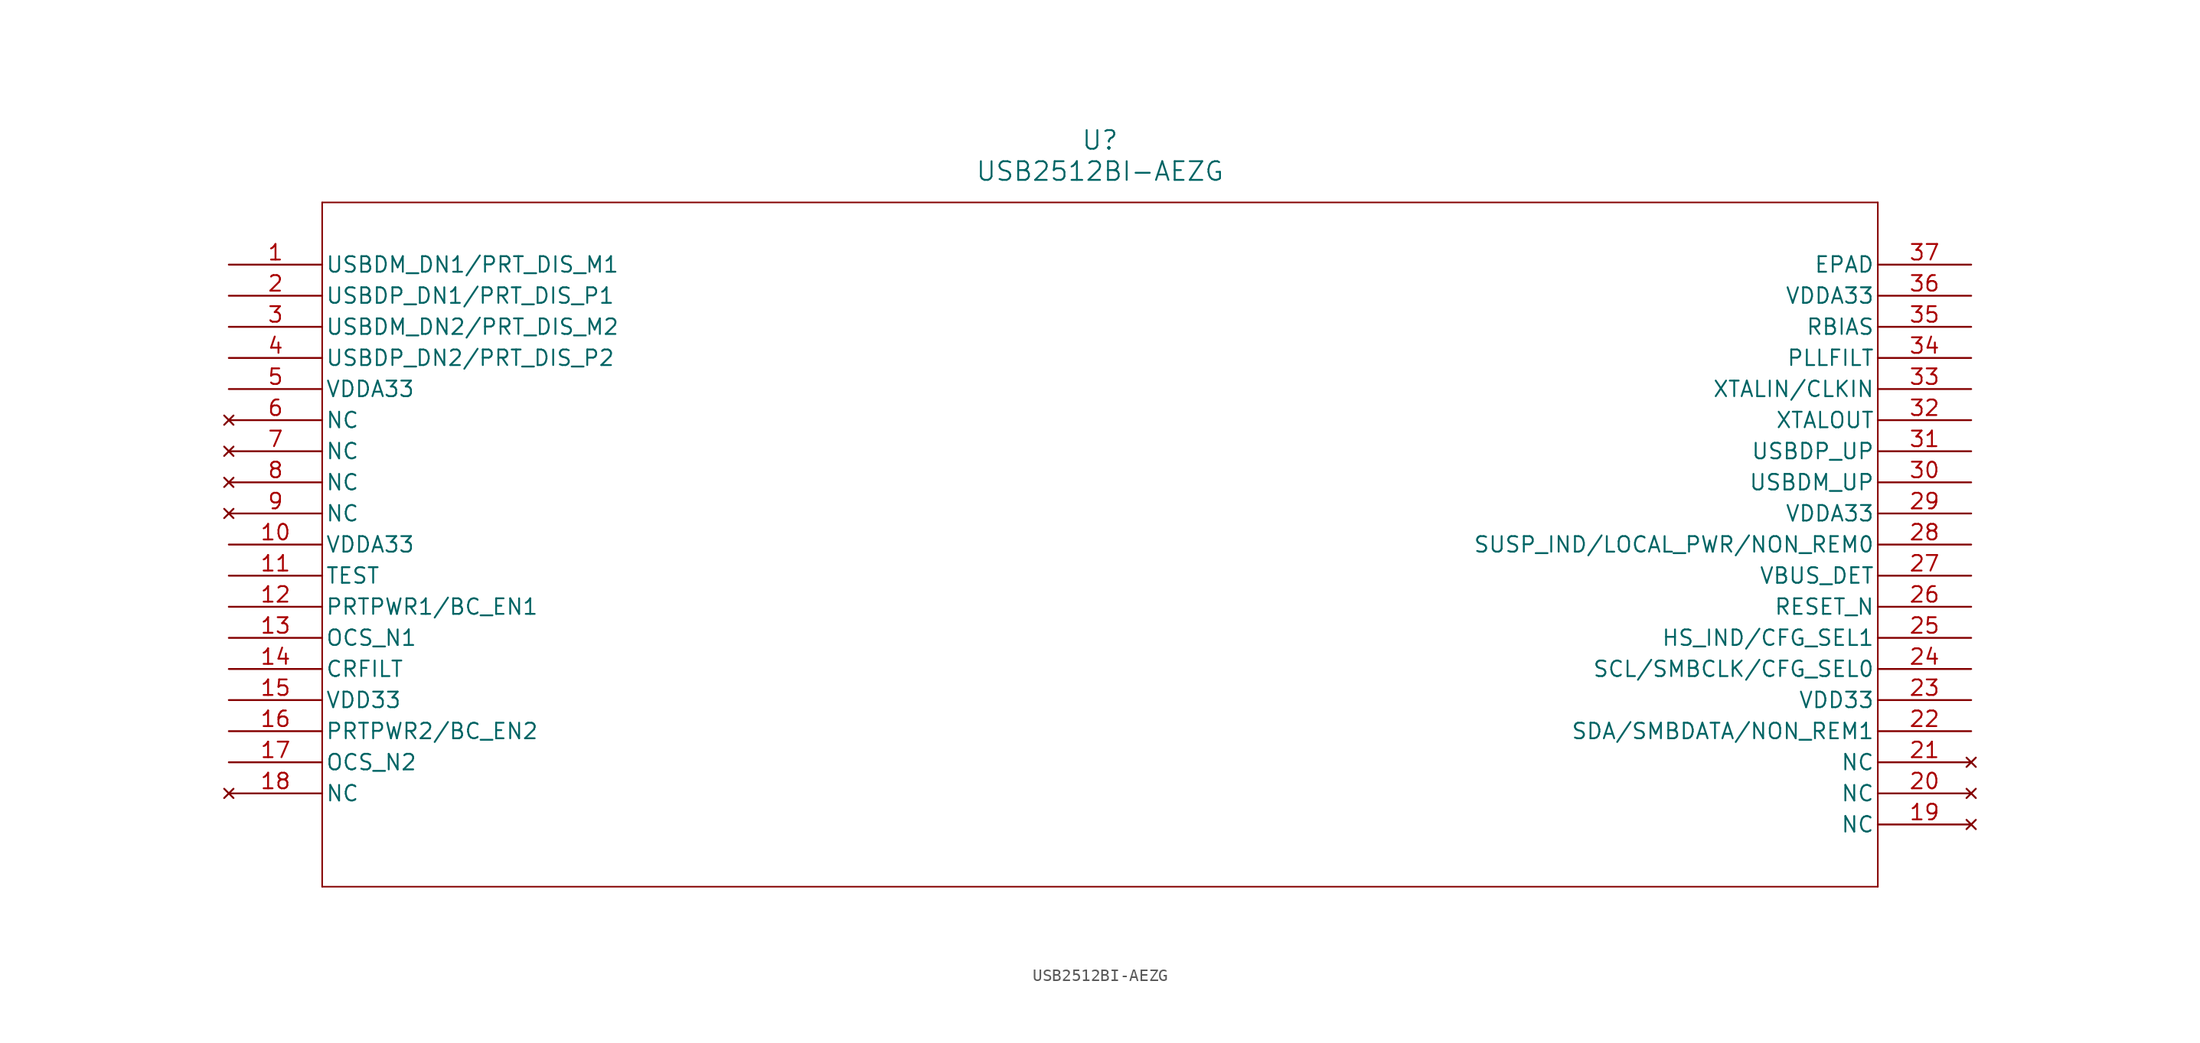
<source format=kicad_sym>
(kicad_symbol_lib
  (version 20211014)
  (generator kicad_symbol_editor)
  (symbol "USB2512BI-AEZG"
    (pin_names
      (offset 0.254))
    (property "Reference" "U"
      (at 71.12 10.16 0)
      (effects (font (size 1.524 1.524))))
    (property "Value" "USB2512BI-AEZG"
      (at 71.12 7.62 0)
      (effects (font (size 1.524 1.524))))
    (symbol "USB2512BI-AEZG_0_1"
      (polyline (pts (xy 7.62 5.08) (xy 7.62 -50.8)) (stroke (width 0.127) (type default) (color 0 0 0 0)) (fill (type none)))
      (polyline (pts (xy 7.62 -50.8) (xy 134.62 -50.8)) (stroke (width 0.127) (type default) (color 0 0 0 0)) (fill (type none)))
      (polyline (pts (xy 134.62 -50.8) (xy 134.62 5.08)) (stroke (width 0.127) (type default) (color 0 0 0 0)) (fill (type none)))
      (polyline (pts (xy 134.62 5.08) (xy 7.62 5.08)) (stroke (width 0.127) (type default) (color 0 0 0 0)) (fill (type none)))
      (pin bidirectional line (at 0 0 0) (length 7.62) (name "USBDM_DN1/PRT_DIS_M1" (effects (font (size 1.27 1.27)))) (number "1" (effects (font (size 1.27 1.27)))))
      (pin bidirectional line (at 0 -2.54 0) (length 7.62) (name "USBDP_DN1/PRT_DIS_P1" (effects (font (size 1.27 1.27)))) (number "2" (effects (font (size 1.27 1.27)))))
      (pin bidirectional line (at 0 -5.08 0) (length 7.62) (name "USBDM_DN2/PRT_DIS_M2" (effects (font (size 1.27 1.27)))) (number "3" (effects (font (size 1.27 1.27)))))
      (pin bidirectional line (at 0 -7.62 0) (length 7.62) (name "USBDP_DN2/PRT_DIS_P2" (effects (font (size 1.27 1.27)))) (number "4" (effects (font (size 1.27 1.27)))))
      (pin power_in line (at 0 -10.16 0) (length 7.62) (name "VDDA33" (effects (font (size 1.27 1.27)))) (number "5" (effects (font (size 1.27 1.27)))))
      (pin no_connect line (at 0 -12.7 0) (length 7.62) (name "NC" (effects (font (size 1.27 1.27)))) (number "6" (effects (font (size 1.27 1.27)))))
      (pin no_connect line (at 0 -15.24 0) (length 7.62) (name "NC" (effects (font (size 1.27 1.27)))) (number "7" (effects (font (size 1.27 1.27)))))
      (pin no_connect line (at 0 -17.78 0) (length 7.62) (name "NC" (effects (font (size 1.27 1.27)))) (number "8" (effects (font (size 1.27 1.27)))))
      (pin no_connect line (at 0 -20.32 0) (length 7.62) (name "NC" (effects (font (size 1.27 1.27)))) (number "9" (effects (font (size 1.27 1.27)))))
      (pin power_in line (at 0 -22.86 0) (length 7.62) (name "VDDA33" (effects (font (size 1.27 1.27)))) (number "10" (effects (font (size 1.27 1.27)))))
      (pin bidirectional line (at 0 -25.4 0) (length 7.62) (name "TEST" (effects (font (size 1.27 1.27)))) (number "11" (effects (font (size 1.27 1.27)))))
      (pin bidirectional line (at 0 -27.94 0) (length 7.62) (name "PRTPWR1/BC_EN1" (effects (font (size 1.27 1.27)))) (number "12" (effects (font (size 1.27 1.27)))))
      (pin bidirectional line (at 0 -30.48 0) (length 7.62) (name "OCS_N1" (effects (font (size 1.27 1.27)))) (number "13" (effects (font (size 1.27 1.27)))))
      (pin bidirectional line (at 0 -33.02 0) (length 7.62) (name "CRFILT" (effects (font (size 1.27 1.27)))) (number "14" (effects (font (size 1.27 1.27)))))
      (pin power_in line (at 0 -35.56 0) (length 7.62) (name "VDD33" (effects (font (size 1.27 1.27)))) (number "15" (effects (font (size 1.27 1.27)))))
      (pin bidirectional line (at 0 -38.1 0) (length 7.62) (name "PRTPWR2/BC_EN2" (effects (font (size 1.27 1.27)))) (number "16" (effects (font (size 1.27 1.27)))))
      (pin bidirectional line (at 0 -40.64 0) (length 7.62) (name "OCS_N2" (effects (font (size 1.27 1.27)))) (number "17" (effects (font (size 1.27 1.27)))))
      (pin no_connect line (at 0 -43.18 0) (length 7.62) (name "NC" (effects (font (size 1.27 1.27)))) (number "18" (effects (font (size 1.27 1.27)))))
      (pin no_connect line (at 142.24 -45.72 180) (length 7.62) (name "NC" (effects (font (size 1.27 1.27)))) (number "19" (effects (font (size 1.27 1.27)))))
      (pin no_connect line (at 142.24 -43.18 180) (length 7.62) (name "NC" (effects (font (size 1.27 1.27)))) (number "20" (effects (font (size 1.27 1.27)))))
      (pin no_connect line (at 142.24 -40.64 180) (length 7.62) (name "NC" (effects (font (size 1.27 1.27)))) (number "21" (effects (font (size 1.27 1.27)))))
      (pin bidirectional line (at 142.24 -38.1 180) (length 7.62) (name "SDA/SMBDATA/NON_REM1" (effects (font (size 1.27 1.27)))) (number "22" (effects (font (size 1.27 1.27)))))
      (pin power_in line (at 142.24 -35.56 180) (length 7.62) (name "VDD33" (effects (font (size 1.27 1.27)))) (number "23" (effects (font (size 1.27 1.27)))))
      (pin bidirectional line (at 142.24 -33.02 180) (length 7.62) (name "SCL/SMBCLK/CFG_SEL0" (effects (font (size 1.27 1.27)))) (number "24" (effects (font (size 1.27 1.27)))))
      (pin bidirectional line (at 142.24 -30.48 180) (length 7.62) (name "HS_IND/CFG_SEL1" (effects (font (size 1.27 1.27)))) (number "25" (effects (font (size 1.27 1.27)))))
      (pin bidirectional line (at 142.24 -27.94 180) (length 7.62) (name "RESET_N" (effects (font (size 1.27 1.27)))) (number "26" (effects (font (size 1.27 1.27)))))
      (pin bidirectional line (at 142.24 -25.4 180) (length 7.62) (name "VBUS_DET" (effects (font (size 1.27 1.27)))) (number "27" (effects (font (size 1.27 1.27)))))
      (pin bidirectional line (at 142.24 -22.86 180) (length 7.62) (name "SUSP_IND/LOCAL_PWR/NON_REM0" (effects (font (size 1.27 1.27)))) (number "28" (effects (font (size 1.27 1.27)))))
      (pin power_in line (at 142.24 -20.32 180) (length 7.62) (name "VDDA33" (effects (font (size 1.27 1.27)))) (number "29" (effects (font (size 1.27 1.27)))))
      (pin bidirectional line (at 142.24 -17.78 180) (length 7.62) (name "USBDM_UP" (effects (font (size 1.27 1.27)))) (number "30" (effects (font (size 1.27 1.27)))))
      (pin bidirectional line (at 142.24 -15.24 180) (length 7.62) (name "USBDP_UP" (effects (font (size 1.27 1.27)))) (number "31" (effects (font (size 1.27 1.27)))))
      (pin output line (at 142.24 -12.7 180) (length 7.62) (name "XTALOUT" (effects (font (size 1.27 1.27)))) (number "32" (effects (font (size 1.27 1.27)))))
      (pin input line (at 142.24 -10.16 180) (length 7.62) (name "XTALIN/CLKIN" (effects (font (size 1.27 1.27)))) (number "33" (effects (font (size 1.27 1.27)))))
      (pin bidirectional line (at 142.24 -7.62 180) (length 7.62) (name "PLLFILT" (effects (font (size 1.27 1.27)))) (number "34" (effects (font (size 1.27 1.27)))))
      (pin bidirectional line (at 142.24 -5.08 180) (length 7.62) (name "RBIAS" (effects (font (size 1.27 1.27)))) (number "35" (effects (font (size 1.27 1.27)))))
      (pin power_in line (at 142.24 -2.54 180) (length 7.62) (name "VDDA33" (effects (font (size 1.27 1.27)))) (number "36" (effects (font (size 1.27 1.27)))))
      (pin unspecified line (at 142.24 0 180) (length 7.62) (name "EPAD" (effects (font (size 1.27 1.27)))) (number "37" (effects (font (size 1.27 1.27))))))))
</source>
